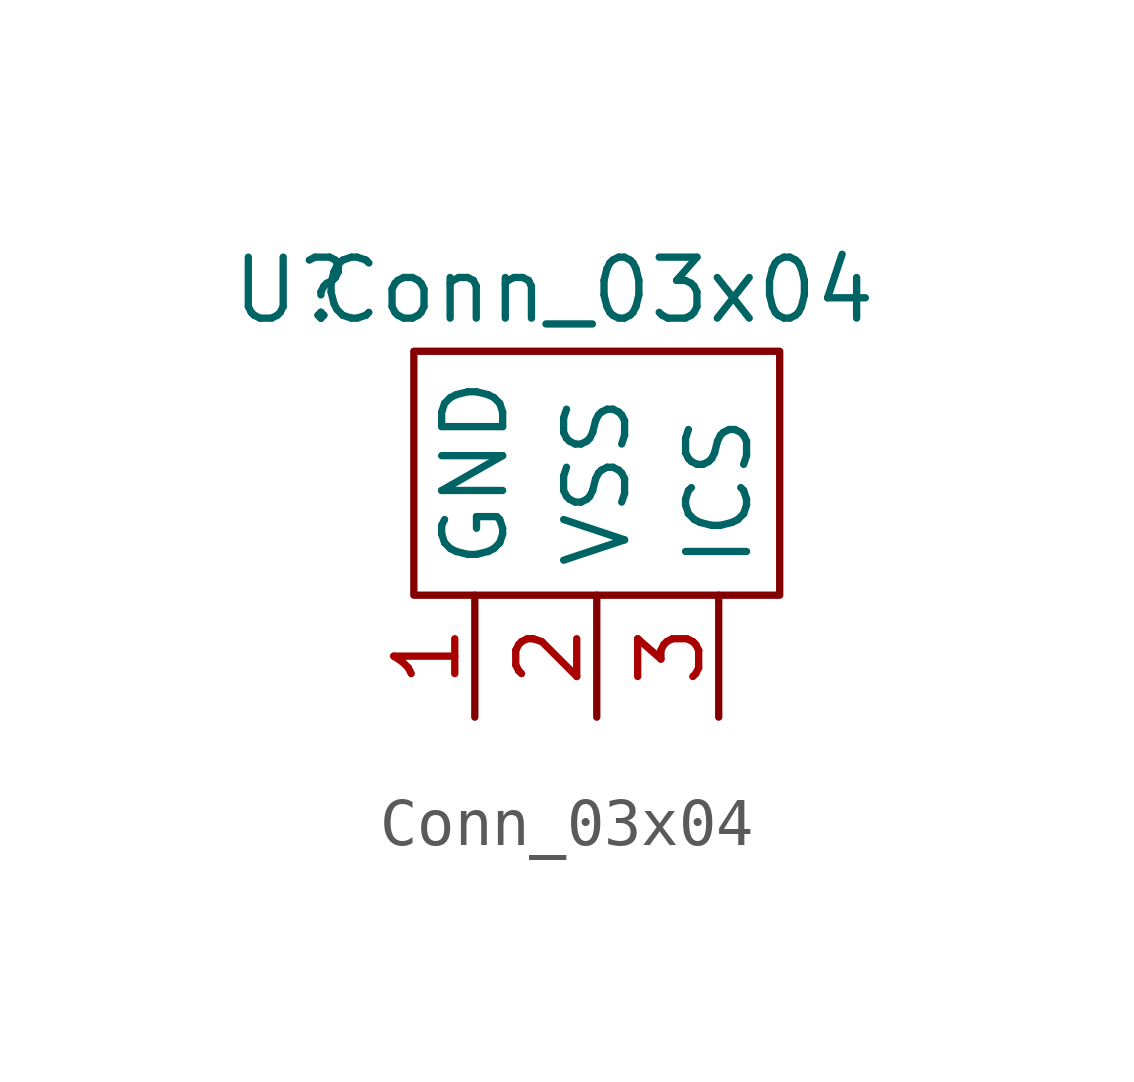
<source format=kicad_sym>
(kicad_symbol_lib
  (version 20211014)
  (generator kicad_symbol_editor)
  (symbol "Conn_03x04"
    (property "Reference" "U"
      (at -6.35 0 0)
      (effects (font (size 1.27 1.27))))
    (property "Value" "Conn_03x04"
      (at 0 0 0)
      (effects (font (size 1.27 1.27))))
    (symbol "Conn_03x04_0_1"
      (rectangle (start -3.81 -1.27) (end 3.81 -6.35) (stroke (width 0) (type default) (color 0 0 0 0)) (fill (type none))))
    (symbol "Conn_03x04_1_1"
      (pin passive line (at -2.54 -8.89 90) (length 2.54) (name "GND" (effects (font (size 1.27 1.27)))) (number "1" (effects (font (size 1.27 1.27)))))
      (pin power_in line (at 0 -8.89 90) (length 2.54) (name "VSS" (effects (font (size 1.27 1.27)))) (number "2" (effects (font (size 1.27 1.27)))))
      (pin passive line (at 2.54 -8.89 90) (length 2.54) (name "ICS" (effects (font (size 1.27 1.27)))) (number "3" (effects (font (size 1.27 1.27))))))))
</source>
